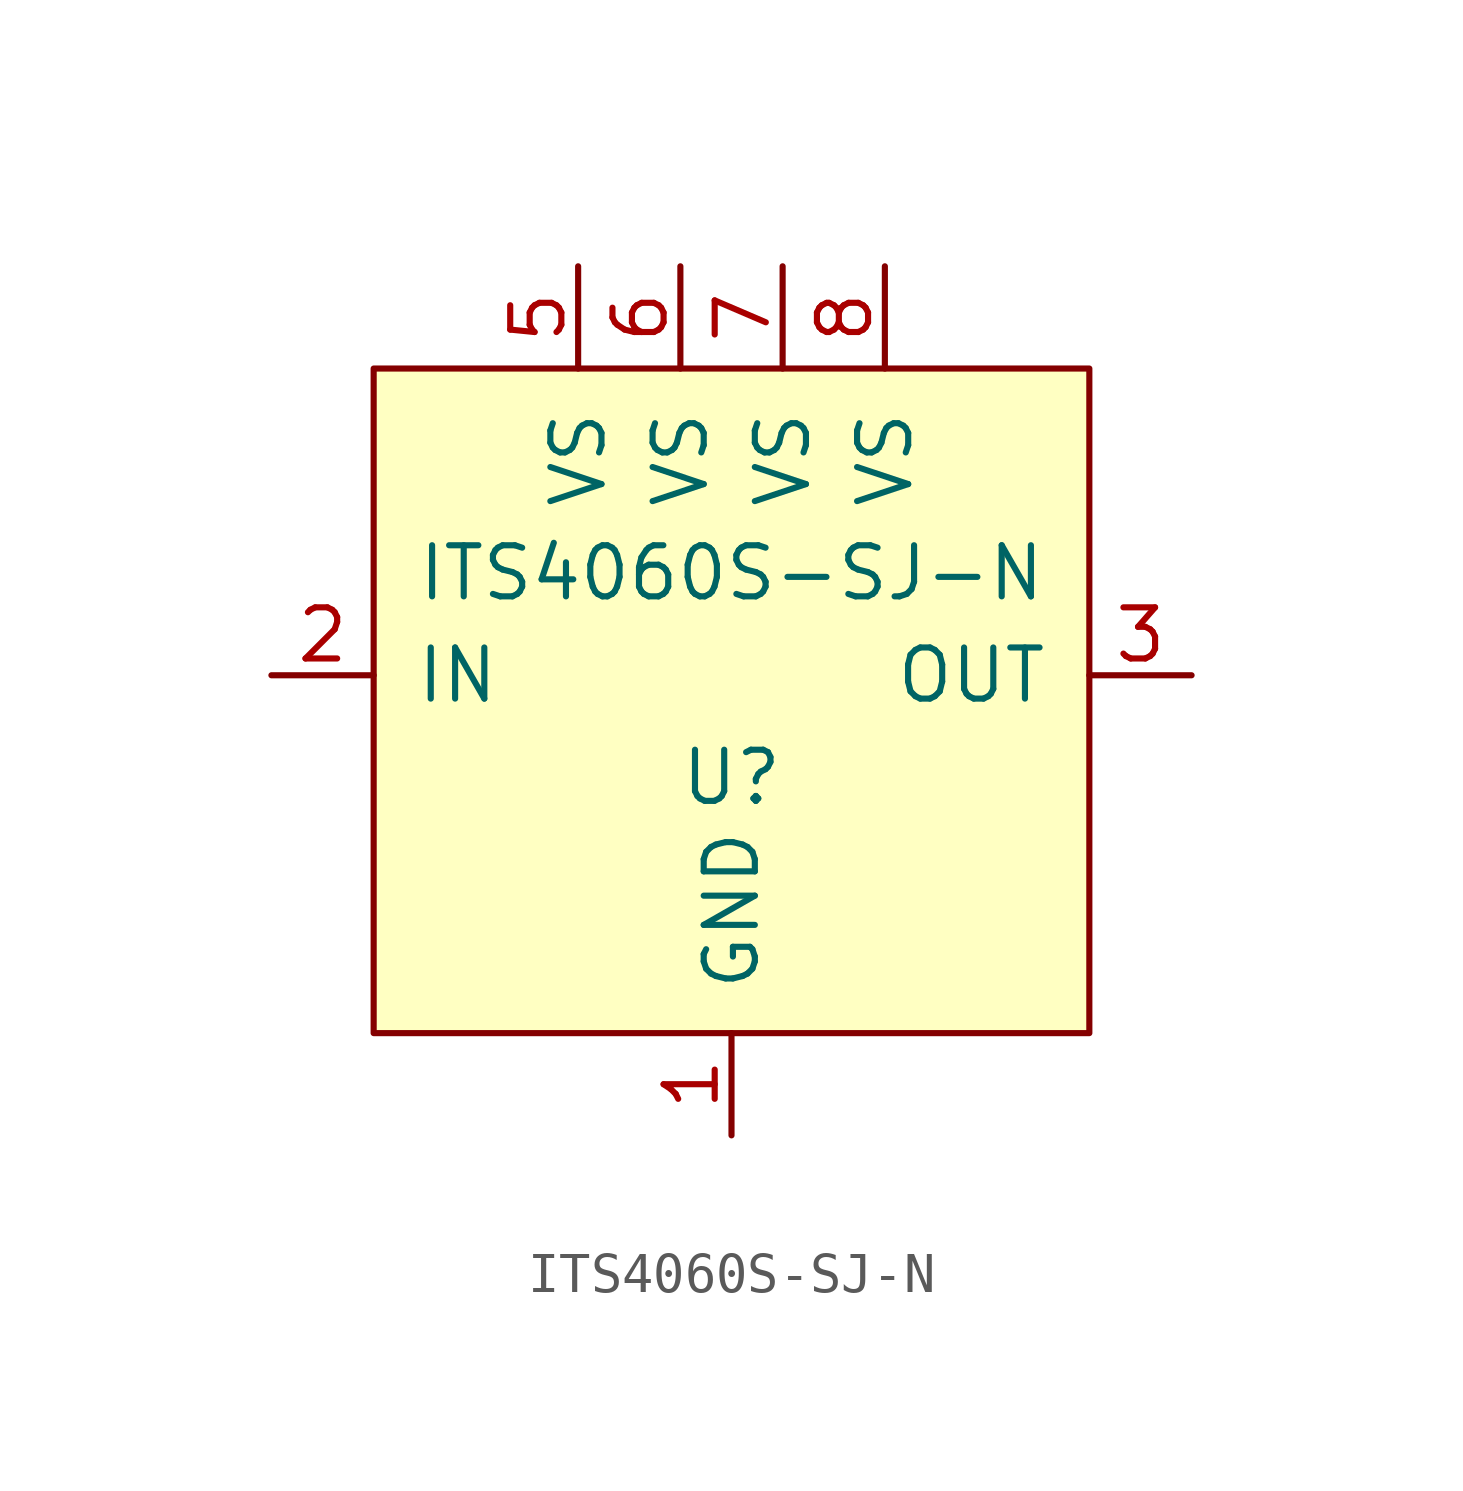
<source format=kicad_sym>
(kicad_symbol_lib
  (version 20241209)
  (generator "kicad_symbol_editor")
  (generator_version "9.0")
  (symbol "ITS4060S-SJ-N"
    (pin_names
      (offset 1.016))
    (property "Reference" "U"
      (at 0 -1.27 0)
      (effects (font (size 1.27 1.27))))
    (property "Value" "ITS4060S-SJ-N"
      (at 0 3.81 0)
      (effects (font (size 1.27 1.27))))
    (symbol "ITS4060S-SJ-N_0_1"
      (rectangle (start -8.89 8.89) (end 8.89 -7.62) (stroke (width 0) (type solid)) (fill (type background))))
    (symbol "ITS4060S-SJ-N_1_1"
      (pin input line (at -11.43 1.27 0) (length 2.54) (name "IN" (effects (font (size 1.27 1.27)))) (number "2" (effects (font (size 1.27 1.27)))))
      (pin no_connect line (at -11.43 -1.27 0) (length 2.54) (hide yes) (name "NC" (effects (font (size 1.27 1.27)))) (number "4" (effects (font (size 1.27 1.27)))))
      (pin power_in line (at -3.81 11.43 270) (length 2.54) (name "VS" (effects (font (size 1.27 1.27)))) (number "5" (effects (font (size 1.27 1.27)))))
      (pin power_in line (at -1.27 11.43 270) (length 2.54) (name "VS" (effects (font (size 1.27 1.27)))) (number "6" (effects (font (size 1.27 1.27)))))
      (pin power_in line (at 0 -10.16 90) (length 2.54) (name "GND" (effects (font (size 1.27 1.27)))) (number "1" (effects (font (size 1.27 1.27)))))
      (pin power_in line (at 1.27 11.43 270) (length 2.54) (name "VS" (effects (font (size 1.27 1.27)))) (number "7" (effects (font (size 1.27 1.27)))))
      (pin power_in line (at 3.81 11.43 270) (length 2.54) (name "VS" (effects (font (size 1.27 1.27)))) (number "8" (effects (font (size 1.27 1.27)))))
      (pin power_out line (at 11.43 1.27 180) (length 2.54) (name "OUT" (effects (font (size 1.27 1.27)))) (number "3" (effects (font (size 1.27 1.27))))))))
</source>
